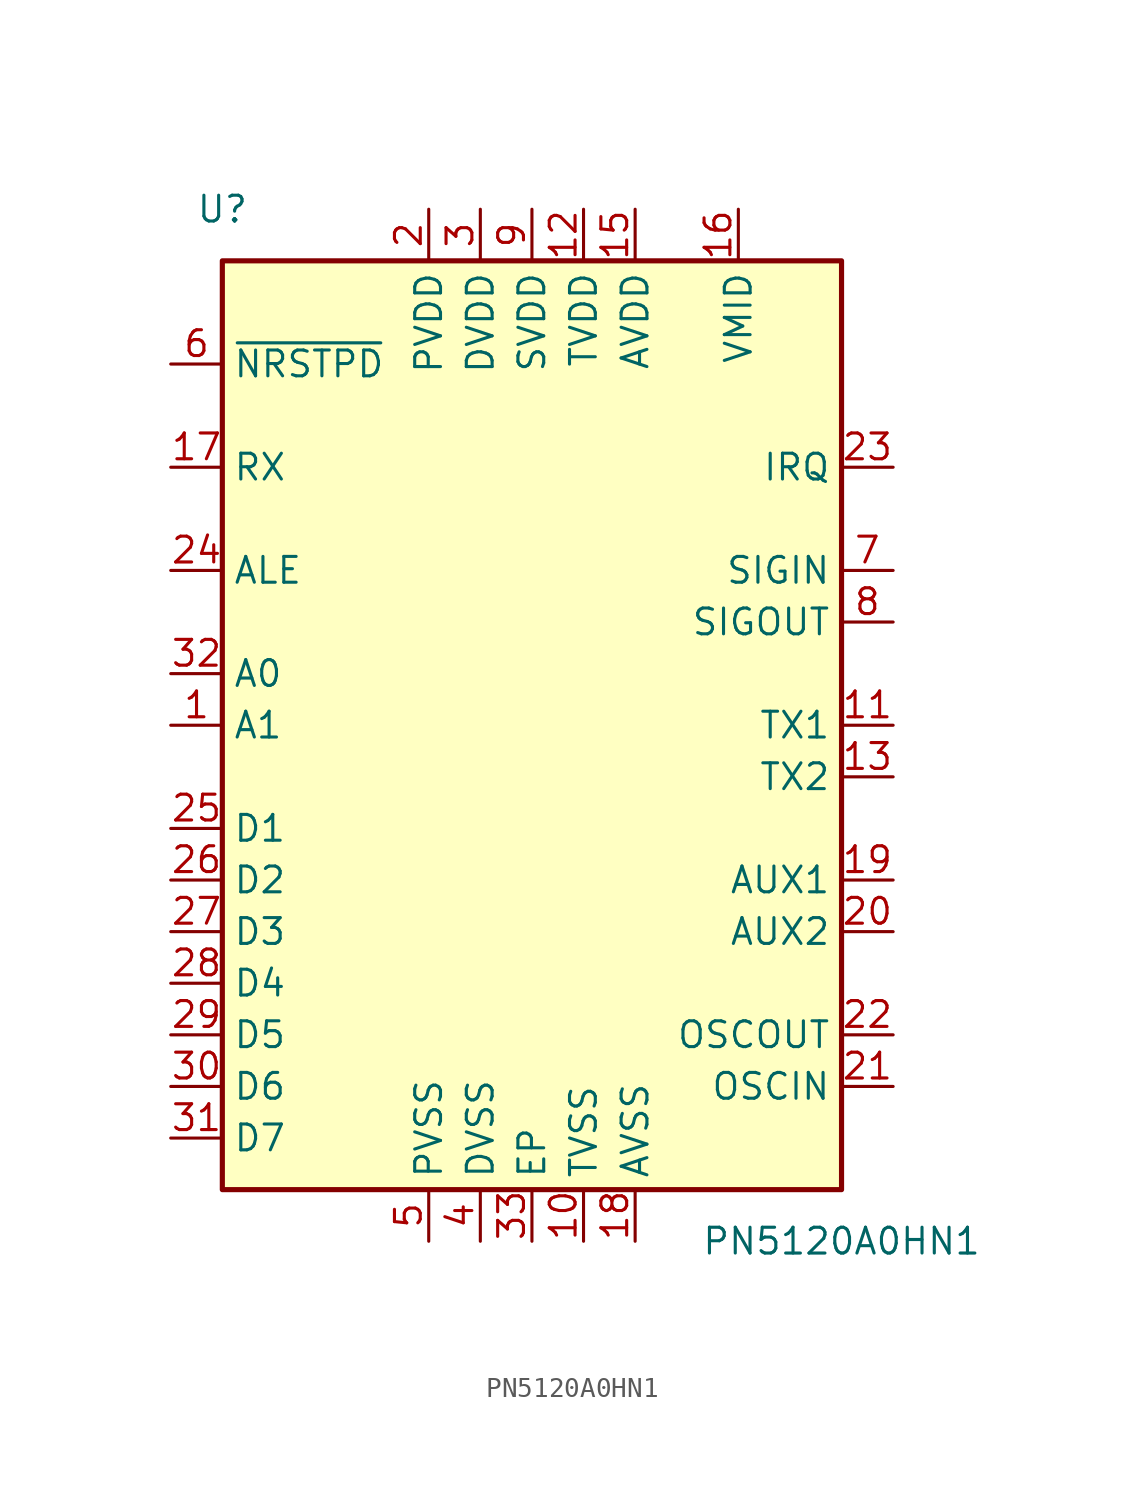
<source format=kicad_sym>
(kicad_symbol_lib
  (version 20211014)
  (generator kicad_symbol_editor)
  (symbol "PN5120A0HN1"
    (property "Reference" "U"
      (at -15.24 25.4 0)
      (effects (font (size 1.27 1.27))))
    (property "Value" "PN5120A0HN1"
      (at 15.24 -25.4 0)
      (effects (font (size 1.27 1.27))))
    (symbol "PN5120A0HN1_0_1"
      (rectangle (start -15.24 22.86) (end 15.24 -22.86) (stroke (width 0.254) (type default) (color 0 0 0 0)) (fill (type background))))
    (symbol "PN5120A0HN1_1_1"
      (pin input line (at -17.78 0 0) (length 2.54) (name "A1" (effects (font (size 1.27 1.27)))) (number "1" (effects (font (size 1.27 1.27)))))
      (pin power_in line (at 2.54 -25.4 90) (length 2.54) (name "TVSS" (effects (font (size 1.27 1.27)))) (number "10" (effects (font (size 1.27 1.27)))))
      (pin output line (at 17.78 0 180) (length 2.54) (name "TX1" (effects (font (size 1.27 1.27)))) (number "11" (effects (font (size 1.27 1.27)))))
      (pin power_in line (at 2.54 25.4 270) (length 2.54) (name "TVDD" (effects (font (size 1.27 1.27)))) (number "12" (effects (font (size 1.27 1.27)))))
      (pin output line (at 17.78 -2.54 180) (length 2.54) (name "TX2" (effects (font (size 1.27 1.27)))) (number "13" (effects (font (size 1.27 1.27)))))
      (pin passive line (at 2.54 -25.4 90) (length 2.54) hide (name "TVSS" (effects (font (size 1.27 1.27)))) (number "14" (effects (font (size 1.27 1.27)))))
      (pin power_in line (at 5.08 25.4 270) (length 2.54) (name "AVDD" (effects (font (size 1.27 1.27)))) (number "15" (effects (font (size 1.27 1.27)))))
      (pin power_out line (at 10.16 25.4 270) (length 2.54) (name "VMID" (effects (font (size 1.27 1.27)))) (number "16" (effects (font (size 1.27 1.27)))))
      (pin input line (at -17.78 12.7 0) (length 2.54) (name "RX" (effects (font (size 1.27 1.27)))) (number "17" (effects (font (size 1.27 1.27)))))
      (pin power_in line (at 5.08 -25.4 90) (length 2.54) (name "AVSS" (effects (font (size 1.27 1.27)))) (number "18" (effects (font (size 1.27 1.27)))))
      (pin output line (at 17.78 -7.62 180) (length 2.54) (name "AUX1" (effects (font (size 1.27 1.27)))) (number "19" (effects (font (size 1.27 1.27)))))
      (pin power_in line (at -5.08 25.4 270) (length 2.54) (name "PVDD" (effects (font (size 1.27 1.27)))) (number "2" (effects (font (size 1.27 1.27)))))
      (pin output line (at 17.78 -10.16 180) (length 2.54) (name "AUX2" (effects (font (size 1.27 1.27)))) (number "20" (effects (font (size 1.27 1.27)))))
      (pin input line (at 17.78 -17.78 180) (length 2.54) (name "OSCIN" (effects (font (size 1.27 1.27)))) (number "21" (effects (font (size 1.27 1.27)))))
      (pin output line (at 17.78 -15.24 180) (length 2.54) (name "OSCOUT" (effects (font (size 1.27 1.27)))) (number "22" (effects (font (size 1.27 1.27)))))
      (pin output line (at 17.78 12.7 180) (length 2.54) (name "IRQ" (effects (font (size 1.27 1.27)))) (number "23" (effects (font (size 1.27 1.27)))))
      (pin input line (at -17.78 7.62 0) (length 2.54) (name "ALE" (effects (font (size 1.27 1.27)))) (number "24" (effects (font (size 1.27 1.27)))))
      (pin bidirectional line (at -17.78 -5.08 0) (length 2.54) (name "D1" (effects (font (size 1.27 1.27)))) (number "25" (effects (font (size 1.27 1.27)))))
      (pin bidirectional line (at -17.78 -7.62 0) (length 2.54) (name "D2" (effects (font (size 1.27 1.27)))) (number "26" (effects (font (size 1.27 1.27)))))
      (pin bidirectional line (at -17.78 -10.16 0) (length 2.54) (name "D3" (effects (font (size 1.27 1.27)))) (number "27" (effects (font (size 1.27 1.27)))))
      (pin bidirectional line (at -17.78 -12.7 0) (length 2.54) (name "D4" (effects (font (size 1.27 1.27)))) (number "28" (effects (font (size 1.27 1.27)))))
      (pin bidirectional line (at -17.78 -15.24 0) (length 2.54) (name "D5" (effects (font (size 1.27 1.27)))) (number "29" (effects (font (size 1.27 1.27)))))
      (pin power_in line (at -2.54 25.4 270) (length 2.54) (name "DVDD" (effects (font (size 1.27 1.27)))) (number "3" (effects (font (size 1.27 1.27)))))
      (pin bidirectional line (at -17.78 -17.78 0) (length 2.54) (name "D6" (effects (font (size 1.27 1.27)))) (number "30" (effects (font (size 1.27 1.27)))))
      (pin bidirectional line (at -17.78 -20.32 0) (length 2.54) (name "D7" (effects (font (size 1.27 1.27)))) (number "31" (effects (font (size 1.27 1.27)))))
      (pin input line (at -17.78 2.54 0) (length 2.54) (name "A0" (effects (font (size 1.27 1.27)))) (number "32" (effects (font (size 1.27 1.27)))))
      (pin passive line (at 0 -25.4 90) (length 2.54) (name "EP" (effects (font (size 1.27 1.27)))) (number "33" (effects (font (size 1.27 1.27)))))
      (pin power_in line (at -2.54 -25.4 90) (length 2.54) (name "DVSS" (effects (font (size 1.27 1.27)))) (number "4" (effects (font (size 1.27 1.27)))))
      (pin power_in line (at -5.08 -25.4 90) (length 2.54) (name "PVSS" (effects (font (size 1.27 1.27)))) (number "5" (effects (font (size 1.27 1.27)))))
      (pin input line (at -17.78 17.78 0) (length 2.54) (name "~{NRSTPD}" (effects (font (size 1.27 1.27)))) (number "6" (effects (font (size 1.27 1.27)))))
      (pin input line (at 17.78 7.62 180) (length 2.54) (name "SIGIN" (effects (font (size 1.27 1.27)))) (number "7" (effects (font (size 1.27 1.27)))))
      (pin output line (at 17.78 5.08 180) (length 2.54) (name "SIGOUT" (effects (font (size 1.27 1.27)))) (number "8" (effects (font (size 1.27 1.27)))))
      (pin power_in line (at 0 25.4 270) (length 2.54) (name "SVDD" (effects (font (size 1.27 1.27)))) (number "9" (effects (font (size 1.27 1.27))))))))
</source>
